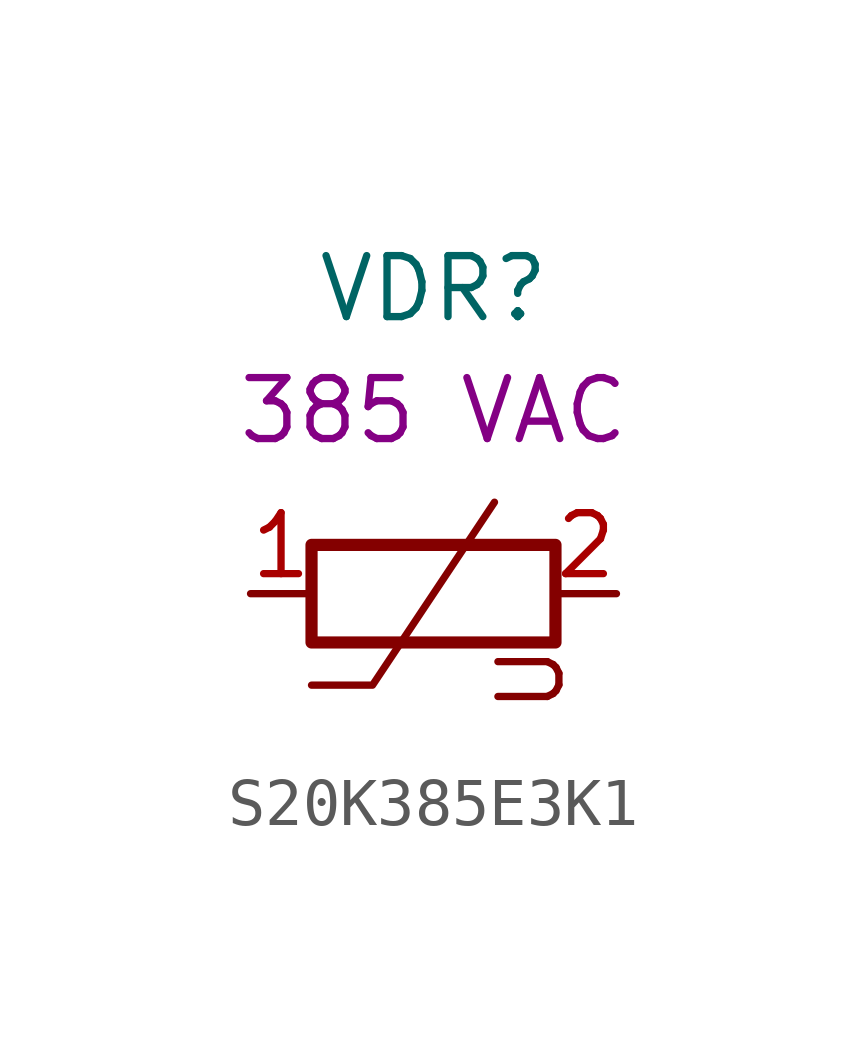
<source format=kicad_sym>
(kicad_symbol_lib
  (version 20211014)
  (generator kicad_symbol_editor)
  (symbol "S20K385E3K1"
    (pin_names
      (offset 1.016))
    (property "Reference" "VDR"
      (at 0 6.35 0)
      (effects (font (size 1.27 1.27))))
    (property "Voltage Rating AC" "385 VAC"
      (at 0 3.81 0)
      (effects (font (size 1.27 1.27))))
    (symbol "S20K385E3K1_1_0"
      (text "U" (at 2.032 -1.778 900) (effects (font (size 1.27 1.27)))))
    (symbol "S20K385E3K1_1_1"
      (polyline (pts (xy -2.54 -1.905) (xy -1.27 -1.905) (xy 1.27 1.905)) (stroke (width 0) (type default) (color 0 0 0 0)) (fill (type none)))
      (rectangle (start 2.54 -1.016) (end -2.54 1.016) (stroke (width 0.254) (type default) (color 0 0 0 0)) (fill (type none)))
      (pin passive line (at -3.81 0 0) (length 1.27) (name "~" (effects (font (size 1.27 1.27)))) (number "1" (effects (font (size 1.27 1.27)))))
      (pin passive line (at 3.81 0 180) (length 1.27) (name "~" (effects (font (size 1.27 1.27)))) (number "2" (effects (font (size 1.27 1.27))))))))
</source>
